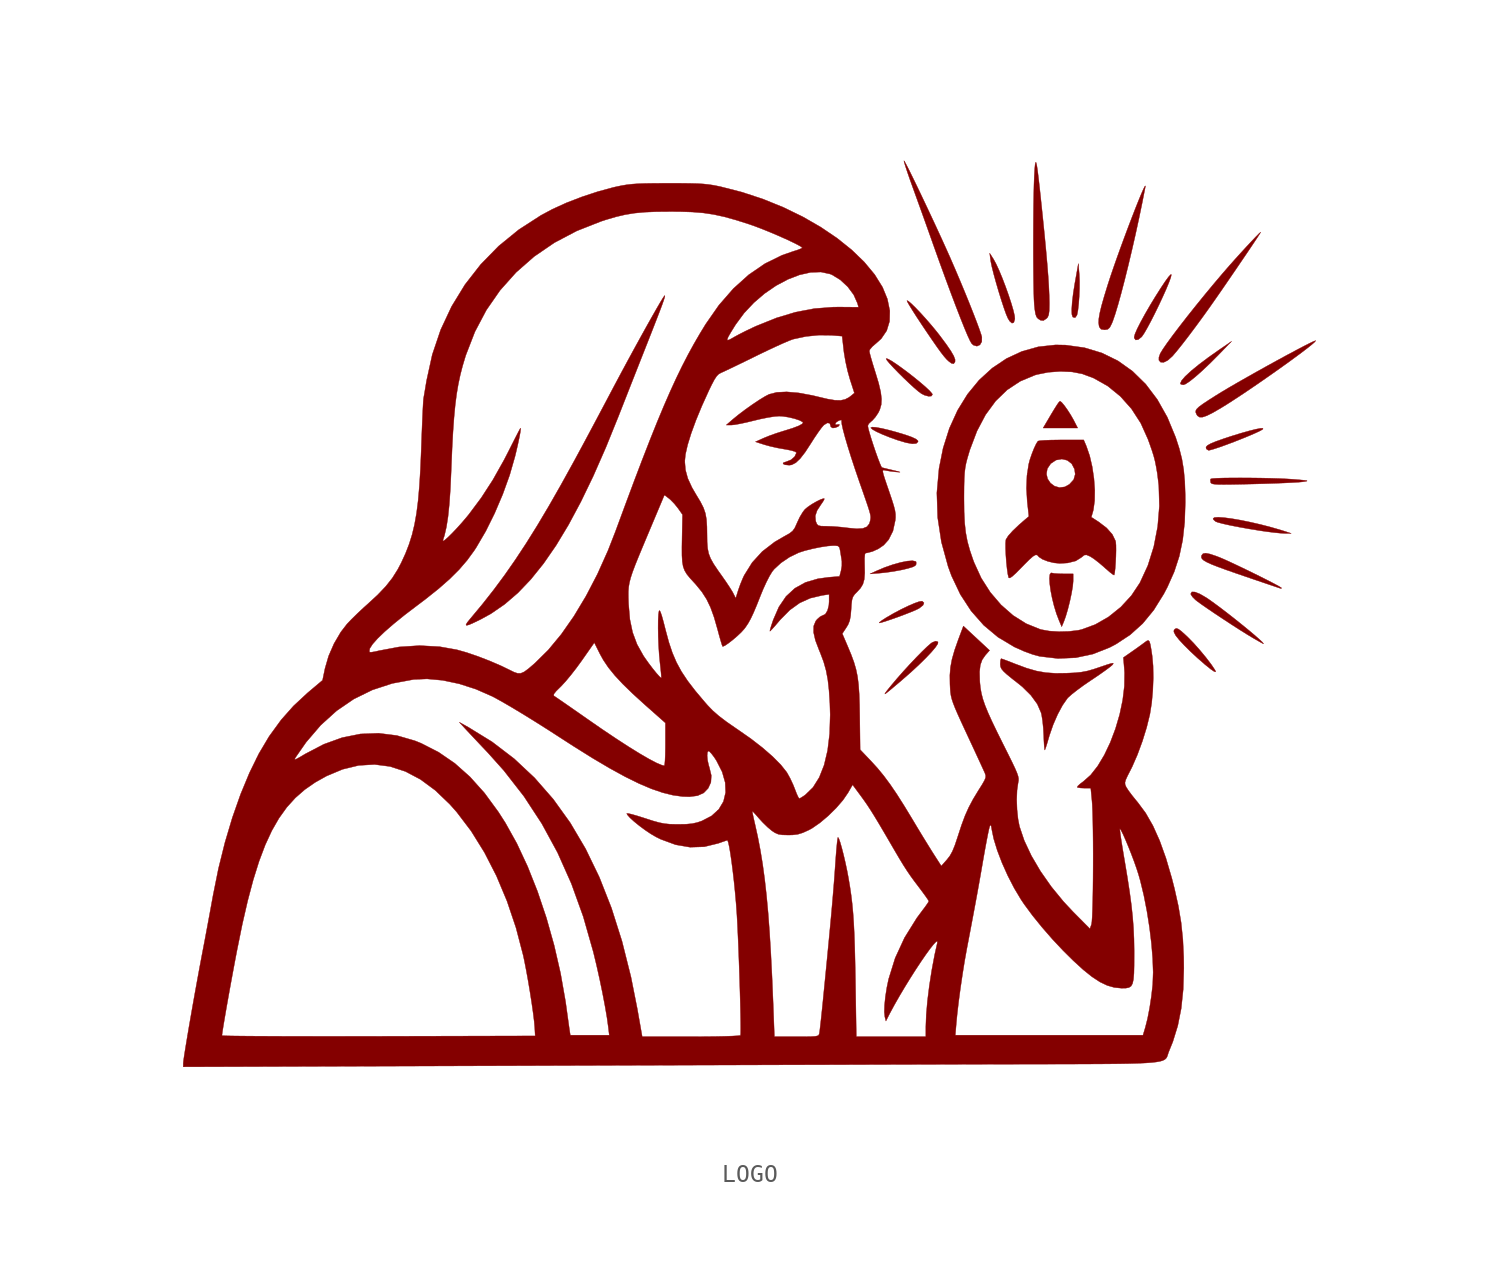
<source format=kicad_sym>
(kicad_symbol_lib
  (version 20220914)
  (generator "bitmap2component")
  (generator_version "9.0")
  (symbol "LOGO"
    (pin_names
      (offset 1.016))
    (property "Reference" "#G"
      (at 0 26.331 0)
      (effects (font (size 1.27 1.27)) hide))
    (symbol "LOGO_0_0"
      (polyline (pts (xy -15.092 -25.997) (xy -13.6 -25.992) (xy -11.665 -25.985) (xy -9.692 -25.979) (xy -7.696 -25.972) (xy -5.691 -25.966) (xy -3.692 -25.959) (xy -1.715 -25.953) (xy 0.226 -25.947) (xy 2.117 -25.941) (xy 3.941 -25.936) (xy 5.686 -25.93) (xy 7.335 -25.925) (xy 8.874 -25.921) (xy 10.288 -25.917) (xy 11.563 -25.913) (xy 12.682 -25.91) (xy 14.18 -25.907) (xy 15.551 -25.904) (xy 16.77 -25.902) (xy 17.848 -25.899) (xy 18.791 -25.895) (xy 19.611 -25.89) (xy 20.316 -25.882) (xy 20.914 -25.871) (xy 21.415 -25.856) (xy 21.828 -25.837) (xy 22.163 -25.812) (xy 22.427 -25.782) (xy 22.631 -25.746) (xy 22.782 -25.703) (xy 22.892 -25.651) (xy 22.967 -25.592) (xy 23.018 -25.523) (xy 23.053 -25.445) (xy 23.082 -25.357) (xy 23.113 -25.257) (xy 23.156 -25.146) (xy 23.365 -24.629) (xy 23.647 -23.717) (xy 23.842 -22.734) (xy 23.955 -21.653) (xy 23.991 -20.447) (xy 23.983 -19.806) (xy 23.935 -18.796) (xy 23.837 -17.852) (xy 23.68 -16.912) (xy 23.457 -15.912) (xy 23.309 -15.334) (xy 22.973 -14.187) (xy 22.616 -13.193) (xy 22.233 -12.34) (xy 21.819 -11.617) (xy 21.37 -11.013) (xy 21.259 -10.88) (xy 21.021 -10.583) (xy 20.829 -10.323) (xy 20.715 -10.145) (xy 20.702 -10.119) (xy 20.651 -9.999) (xy 20.642 -9.883) (xy 20.684 -9.731) (xy 20.786 -9.506) (xy 20.958 -9.17) (xy 21.05 -8.987) (xy 21.349 -8.303) (xy 21.632 -7.535) (xy 21.875 -6.75) (xy 22.057 -6.011) (xy 22.062 -5.984) (xy 22.161 -5.357) (xy 22.225 -4.652) (xy 22.252 -3.929) (xy 22.241 -3.249) (xy 22.189 -2.673) (xy 22.135 -2.311) (xy 22.083 -2.021) (xy 22.033 -1.858) (xy 21.972 -1.799) (xy 21.889 -1.823) (xy 21.771 -1.907) (xy 21.599 -2.035) (xy 21.337 -2.224) (xy 21.05 -2.426) (xy 20.552 -2.773) (xy 20.61 -3.48) (xy 20.62 -3.643) (xy 20.609 -4.395) (xy 20.512 -5.194) (xy 20.34 -6.012) (xy 20.101 -6.824) (xy 19.807 -7.601) (xy 19.467 -8.316) (xy 19.091 -8.944) (xy 18.689 -9.456) (xy 18.271 -9.826) (xy 18.105 -9.949) (xy 17.961 -10.079) (xy 17.926 -10.15) (xy 17.949 -10.163) (xy 18.103 -10.191) (xy 18.337 -10.202) (xy 18.696 -10.202) (xy 18.767 -10.943) (xy 18.782 -11.147) (xy 18.799 -11.541) (xy 18.813 -12.041) (xy 18.823 -12.623) (xy 18.83 -13.265) (xy 18.833 -13.944) (xy 18.832 -14.636) (xy 18.828 -15.32) (xy 18.821 -15.972) (xy 18.81 -16.568) (xy 18.796 -17.087) (xy 18.78 -17.506) (xy 18.76 -17.801) (xy 18.738 -17.949) (xy 18.648 -18.203) (xy 17.683 -17.23) (xy 17.152 -16.663) (xy 16.454 -15.812) (xy 15.836 -14.93) (xy 15.316 -14.045) (xy 14.912 -13.185) (xy 14.639 -12.377) (xy 14.558 -11.961) (xy 14.501 -11.419) (xy 14.481 -10.853) (xy 14.501 -10.326) (xy 14.562 -9.9) (xy 14.567 -9.876) (xy 14.586 -9.765) (xy 14.586 -9.65) (xy 14.559 -9.513) (xy 14.496 -9.33) (xy 14.389 -9.081) (xy 14.23 -8.745) (xy 14.011 -8.301) (xy 13.723 -7.726) (xy 13.72 -7.721) (xy 13.36 -6.995) (xy 13.071 -6.396) (xy 12.847 -5.9) (xy 12.678 -5.485) (xy 12.556 -5.128) (xy 12.473 -4.806) (xy 12.419 -4.498) (xy 12.386 -4.18) (xy 12.38 -4.084) (xy 12.368 -3.581) (xy 12.412 -3.197) (xy 12.519 -2.897) (xy 12.697 -2.641) (xy 12.94 -2.365) (xy 12.195 -1.672) (xy 11.45 -0.98) (xy 11.189 -1.675) (xy 11.163 -1.744) (xy 10.948 -2.355) (xy 10.802 -2.867) (xy 10.716 -3.326) (xy 10.68 -3.779) (xy 10.686 -4.271) (xy 10.688 -4.318) (xy 10.699 -4.549) (xy 10.715 -4.748) (xy 10.743 -4.936) (xy 10.79 -5.133) (xy 10.865 -5.359) (xy 10.973 -5.636) (xy 11.123 -5.984) (xy 11.322 -6.425) (xy 11.578 -6.977) (xy 11.897 -7.662) (xy 12.083 -8.062) (xy 12.286 -8.501) (xy 12.46 -8.878) (xy 12.59 -9.162) (xy 12.663 -9.323) (xy 12.681 -9.367) (xy 12.718 -9.486) (xy 12.712 -9.605) (xy 12.651 -9.759) (xy 12.523 -9.985) (xy 12.315 -10.316) (xy 12.301 -10.338) (xy 12.001 -10.833) (xy 11.757 -11.293) (xy 11.545 -11.766) (xy 11.344 -12.305) (xy 11.13 -12.959) (xy 11.118 -12.997) (xy 10.963 -13.459) (xy 10.824 -13.798) (xy 10.68 -14.056) (xy 10.513 -14.271) (xy 10.193 -14.632) (xy 9.752 -13.944) (xy 9.643 -13.772) (xy 9.408 -13.393) (xy 9.127 -12.937) (xy 8.829 -12.445) (xy 8.54 -11.962) (xy 8.087 -11.216) (xy 7.664 -10.549) (xy 7.281 -9.986) (xy 6.92 -9.5) (xy 6.565 -9.067) (xy 6.196 -8.662) (xy 5.575 -8.011) (xy 5.551 -6.08) (xy 5.541 -5.464) (xy 5.519 -4.826) (xy 5.482 -4.298) (xy 5.424 -3.845) (xy 5.339 -3.435) (xy 5.222 -3.035) (xy 5.066 -2.61) (xy 4.866 -2.129) (xy 4.559 -1.413) (xy 4.791 -1.062) (xy 4.89 -0.898) (xy 4.979 -0.677) (xy 5.032 -0.402) (xy 5.064 -0.017) (xy 5.082 0.259) (xy 5.112 0.512) (xy 5.168 0.684) (xy 5.266 0.827) (xy 5.426 0.99) (xy 5.596 1.177) (xy 5.732 1.404) (xy 5.809 1.678) (xy 5.837 2.039) (xy 5.828 2.528) (xy 5.828 2.531) (xy 5.824 2.872) (xy 5.843 3.096) (xy 5.884 3.176) (xy 5.96 3.18) (xy 6.279 3.263) (xy 6.623 3.421) (xy 6.917 3.624) (xy 7.193 3.932) (xy 7.441 4.425) (xy 7.574 5.038) (xy 7.588 5.202) (xy 7.586 5.393) (xy 7.554 5.606) (xy 7.485 5.875) (xy 7.372 6.234) (xy 7.208 6.717) (xy 7.094 7.048) (xy 6.97 7.416) (xy 6.894 7.662) (xy 6.863 7.808) (xy 6.871 7.878) (xy 6.916 7.894) (xy 6.992 7.88) (xy 7.059 7.865) (xy 7.309 7.824) (xy 7.599 7.79) (xy 7.644 7.786) (xy 7.813 7.773) (xy 7.843 7.781) (xy 7.725 7.816) (xy 7.451 7.883) (xy 7.171 7.949) (xy 6.936 8.007) (xy 6.814 8.039) (xy 6.776 8.094) (xy 6.694 8.281) (xy 6.584 8.568) (xy 6.458 8.919) (xy 6.329 9.3) (xy 6.208 9.674) (xy 6.107 10.008) (xy 6.037 10.265) (xy 6.011 10.412) (xy 6.062 10.528) (xy 6.207 10.665) (xy 6.269 10.715) (xy 6.443 10.91) (xy 6.606 11.154) (xy 6.692 11.33) (xy 6.774 11.615) (xy 6.792 11.941) (xy 6.745 12.336) (xy 6.629 12.828) (xy 6.444 13.445) (xy 6.416 13.531) (xy 6.291 13.936) (xy 6.189 14.284) (xy 6.121 14.541) (xy 6.096 14.673) (xy 6.133 14.761) (xy 6.277 14.929) (xy 6.492 15.113) (xy 6.775 15.367) (xy 7.085 15.823) (xy 7.248 16.356) (xy 7.262 16.959) (xy 7.125 17.627) (xy 6.848 18.301) (xy 6.402 19.018) (xy 5.813 19.728) (xy 5.096 20.421) (xy 4.264 21.087) (xy 3.331 21.718) (xy 2.311 22.305) (xy 1.217 22.837) (xy 0.062 23.307) (xy -1.138 23.703) (xy -2.371 24.019) (xy -2.485 24.043) (xy -2.775 24.1) (xy -3.054 24.142) (xy -3.352 24.173) (xy -3.699 24.193) (xy -4.125 24.204) (xy -4.66 24.21) (xy -5.334 24.211) (xy -5.479 24.211) (xy -6.129 24.208) (xy -6.645 24.2) (xy -7.057 24.186) (xy -7.395 24.162) (xy -7.689 24.129) (xy -7.969 24.083) (xy -8.265 24.022) (xy -8.468 23.976) (xy -9.348 23.737) (xy -10.263 23.435) (xy -11.146 23.094) (xy -11.927 22.738) (xy -12.592 22.382) (xy -13.849 21.569) (xy -14.992 20.637) (xy -16.013 19.593) (xy -16.907 18.446) (xy -17.668 17.203) (xy -18.29 15.874) (xy -18.766 14.466) (xy -19.091 12.988) (xy -19.121 12.807) (xy -19.181 12.448) (xy -19.231 12.156) (xy -19.262 11.98) (xy -19.266 11.95) (xy -19.281 11.759) (xy -19.299 11.43) (xy -19.32 10.985) (xy -19.343 10.448) (xy -19.367 9.84) (xy -19.39 9.186) (xy -19.395 9.037) (xy -19.441 7.94) (xy -19.499 6.988) (xy -19.571 6.161) (xy -19.663 5.437) (xy -19.777 4.795) (xy -19.917 4.214) (xy -20.087 3.673) (xy -20.29 3.15) (xy -20.53 2.625) (xy -20.73 2.243) (xy -21.041 1.749) (xy -21.413 1.278) (xy -21.874 0.794) (xy -22.452 0.262) (xy -22.677 0.06) (xy -23.037 -0.277) (xy -23.369 -0.603) (xy -23.622 -0.869) (xy -23.974 -1.326) (xy -24.357 -1.979) (xy -24.552 -2.427) (xy -22.351 -2.427) (xy -22.324 -2.258) (xy -22.163 -2.009) (xy -21.877 -1.687) (xy -21.473 -1.298) (xy -20.957 -0.85) (xy -20.339 -0.35) (xy -19.624 0.194) (xy -19.164 0.541) (xy -18.41 1.142) (xy -17.776 1.699) (xy -17.242 2.231) (xy -16.787 2.759) (xy -16.39 3.302) (xy -16.26 3.501) (xy -15.726 4.414) (xy -15.219 5.436) (xy -14.758 6.518) (xy -14.364 7.611) (xy -14.061 8.667) (xy -14.008 8.883) (xy -13.899 9.354) (xy -13.815 9.752) (xy -13.759 10.053) (xy -13.738 10.236) (xy -13.754 10.276) (xy -13.782 10.228) (xy -13.877 10.049) (xy -14.024 9.764) (xy -14.21 9.397) (xy -14.423 8.975) (xy -14.688 8.46) (xy -15.322 7.333) (xy -15.979 6.319) (xy -16.683 5.376) (xy -16.802 5.231) (xy -17.083 4.9) (xy -17.367 4.585) (xy -17.635 4.303) (xy -17.867 4.075) (xy -18.046 3.918) (xy -18.151 3.852) (xy -18.165 3.895) (xy -18.072 4.183) (xy -17.963 4.658) (xy -17.872 5.241) (xy -17.799 5.947) (xy -17.74 6.792) (xy -17.695 7.789) (xy -17.684 8.076) (xy -17.639 9.145) (xy -17.589 10.072) (xy -17.531 10.877) (xy -17.464 11.582) (xy -17.384 12.209) (xy -17.288 12.777) (xy -17.175 13.309) (xy -17.041 13.827) (xy -16.884 14.351) (xy -16.858 14.432) (xy -16.341 15.765) (xy -15.69 16.997) (xy -14.908 18.123) (xy -13.999 19.141) (xy -12.968 20.045) (xy -11.817 20.832) (xy -10.55 21.499) (xy -9.173 22.042) (xy -8.893 22.134) (xy -8.322 22.302) (xy -7.789 22.426) (xy -7.252 22.513) (xy -6.67 22.567) (xy -6.003 22.595) (xy -5.207 22.602) (xy -4.684 22.599) (xy -3.971 22.575) (xy -3.345 22.524) (xy -2.757 22.436) (xy -2.159 22.306) (xy -1.503 22.124) (xy -0.739 21.882) (xy -0.43 21.774) (xy -0.016 21.617) (xy 0.43 21.436) (xy 0.884 21.244) (xy 1.316 21.052) (xy 1.699 20.874) (xy 2.007 20.721) (xy 2.212 20.605) (xy 2.286 20.539) (xy 2.217 20.495) (xy 2.027 20.42) (xy 1.757 20.334) (xy 1.139 20.12) (xy 0.162 19.64) (xy -0.767 19.003) (xy -1.642 18.214) (xy -2.459 17.277) (xy -3.211 16.198) (xy -3.543 15.654) (xy -3.733 15.326) (xy -1.99 15.326) (xy -1.931 15.472) (xy -1.782 15.731) (xy -1.542 16.119) (xy -1.504 16.178) (xy -1.026 16.826) (xy -0.47 17.417) (xy 0.143 17.942) (xy 0.793 18.387) (xy 1.459 18.743) (xy 2.12 18.998) (xy 2.756 19.141) (xy 3.347 19.162) (xy 3.871 19.047) (xy 3.979 19.002) (xy 4.447 18.716) (xy 4.87 18.323) (xy 5.209 17.866) (xy 5.421 17.39) (xy 5.487 17.159) (xy 4.416 17.168) (xy 4.056 17.165) (xy 2.972 17.081) (xy 1.901 16.878) (xy 0.808 16.549) (xy -0.343 16.085) (xy -0.541 15.994) (xy -0.948 15.799) (xy -1.322 15.609) (xy -1.602 15.456) (xy -1.641 15.432) (xy -1.844 15.32) (xy -1.961 15.28) (xy -1.99 15.326) (xy -3.733 15.326) (xy -3.886 15.063) (xy -4.221 14.451) (xy -4.553 13.806) (xy -4.888 13.116) (xy -5.232 12.366) (xy -5.59 11.545) (xy -5.968 10.64) (xy -6.371 9.637) (xy -6.804 8.525) (xy -6.855 8.391) (xy -4.403 8.391) (xy -4.364 8.786) (xy -4.241 9.327) (xy -4.04 9.978) (xy -3.768 10.722) (xy -3.43 11.541) (xy -3.032 12.419) (xy -2.875 12.743) (xy -2.716 13.044) (xy -2.586 13.24) (xy -2.467 13.359) (xy -2.339 13.429) (xy -2.296 13.447) (xy -2.092 13.541) (xy -1.772 13.693) (xy -1.363 13.89) (xy -0.892 14.119) (xy -0.384 14.368) (xy -0.206 14.456) (xy 0.309 14.703) (xy 0.789 14.928) (xy 1.206 15.116) (xy 1.531 15.255) (xy 1.733 15.33) (xy 1.798 15.349) (xy 2.495 15.497) (xy 3.243 15.572) (xy 3.947 15.563) (xy 4.551 15.513) (xy 4.645 14.68) (xy 4.659 14.572) (xy 4.745 14.065) (xy 4.864 13.529) (xy 4.995 13.062) (xy 5.249 12.277) (xy 5.072 12.13) (xy 4.938 12.028) (xy 4.714 11.912) (xy 4.458 11.859) (xy 4.138 11.867) (xy 3.723 11.936) (xy 3.18 12.064) (xy 2.857 12.141) (xy 2.08 12.284) (xy 1.4 12.343) (xy 0.834 12.317) (xy 0.397 12.205) (xy 0.176 12.091) (xy -0.156 11.889) (xy -0.544 11.63) (xy -0.951 11.342) (xy -1.337 11.05) (xy -1.665 10.783) (xy -2.042 10.456) (xy -1.747 10.456) (xy -1.573 10.473) (xy -1.266 10.527) (xy -0.882 10.609) (xy -0.466 10.71) (xy -0.103 10.797) (xy 0.327 10.884) (xy 0.7 10.943) (xy 0.964 10.964) (xy 1.159 10.954) (xy 1.501 10.901) (xy 1.846 10.819) (xy 2.137 10.721) (xy 2.317 10.622) (xy 2.328 10.608) (xy 2.285 10.523) (xy 2.083 10.411) (xy 1.729 10.276) (xy 1.228 10.12) (xy 1.2 10.112) (xy 0.802 9.986) (xy 0.403 9.843) (xy 0.085 9.713) (xy -0.381 9.502) (xy 0.127 9.339) (xy 0.46 9.247) (xy 0.884 9.152) (xy 1.291 9.08) (xy 1.372 9.067) (xy 1.665 9.008) (xy 1.87 8.946) (xy 1.947 8.892) (xy 1.945 8.859) (xy 1.848 8.655) (xy 1.644 8.478) (xy 1.386 8.374) (xy 1.212 8.317) (xy 1.188 8.25) (xy 1.302 8.195) (xy 1.539 8.172) (xy 1.684 8.192) (xy 1.912 8.31) (xy 2.162 8.545) (xy 2.446 8.911) (xy 2.778 9.42) (xy 2.958 9.704) (xy 3.179 10.031) (xy 3.368 10.291) (xy 3.499 10.444) (xy 3.522 10.464) (xy 3.71 10.578) (xy 3.844 10.559) (xy 3.895 10.409) (xy 3.907 10.354) (xy 4.015 10.287) (xy 4.158 10.304) (xy 4.33 10.372) (xy 4.403 10.463) (xy 4.38 10.494) (xy 4.264 10.482) (xy 4.181 10.467) (xy 4.163 10.541) (xy 4.221 10.621) (xy 4.381 10.719) (xy 4.509 10.747) (xy 4.524 10.684) (xy 4.52 10.667) (xy 4.535 10.497) (xy 4.603 10.19) (xy 4.717 9.764) (xy 4.872 9.237) (xy 5.063 8.627) (xy 5.285 7.952) (xy 5.532 7.23) (xy 5.716 6.706) (xy 5.883 6.225) (xy 6.006 5.864) (xy 6.09 5.601) (xy 6.142 5.414) (xy 6.168 5.282) (xy 6.172 5.183) (xy 6.163 5.096) (xy 6.144 4.997) (xy 6.097 4.839) (xy 5.959 4.667) (xy 5.725 4.574) (xy 5.374 4.555) (xy 4.885 4.602) (xy 4.863 4.605) (xy 4.447 4.653) (xy 4.02 4.686) (xy 3.67 4.699) (xy 3.619 4.699) (xy 3.352 4.706) (xy 3.2 4.738) (xy 3.118 4.815) (xy 3.059 4.956) (xy 3.044 5.005) (xy 3.022 5.287) (xy 3.124 5.592) (xy 3.359 5.953) (xy 3.411 6.024) (xy 3.514 6.187) (xy 3.54 6.267) (xy 3.485 6.273) (xy 3.316 6.215) (xy 3.082 6.099) (xy 2.827 5.951) (xy 2.595 5.794) (xy 2.429 5.653) (xy 2.314 5.504) (xy 2.14 5.216) (xy 1.992 4.901) (xy 1.971 4.85) (xy 1.855 4.596) (xy 1.729 4.424) (xy 1.545 4.282) (xy 1.256 4.121) (xy 0.712 3.804) (xy 0.004 3.259) (xy -0.569 2.631) (xy -1.021 1.905) (xy -1.088 1.763) (xy -1.235 1.409) (xy -1.358 1.063) (xy -1.502 0.601) (xy -1.65 0.893) (xy -1.695 0.976) (xy -1.848 1.223) (xy -2.055 1.534) (xy -2.284 1.863) (xy -2.508 2.177) (xy -2.759 2.551) (xy -2.932 2.86) (xy -3.042 3.143) (xy -3.103 3.442) (xy -3.13 3.798) (xy -3.136 4.251) (xy -3.142 4.671) (xy -3.169 5.092) (xy -3.23 5.434) (xy -3.339 5.75) (xy -3.511 6.089) (xy -3.761 6.504) (xy -3.991 6.899) (xy -4.23 7.417) (xy -4.362 7.9) (xy -4.403 8.391) (xy -6.855 8.391) (xy -7.274 7.291) (xy -7.785 5.921) (xy -8.345 4.403) (xy -8.769 3.317) (xy -9.368 1.981) (xy -10.018 0.73) (xy -10.019 0.729) (xy -7.615 0.729) (xy -7.613 0.993) (xy -7.594 1.239) (xy -7.552 1.49) (xy -7.481 1.766) (xy -7.375 2.09) (xy -7.227 2.484) (xy -7.032 2.968) (xy -6.784 3.565) (xy -6.477 4.297) (xy -5.56 6.477) (xy -5.299 6.277) (xy -5.215 6.207) (xy -4.99 5.976) (xy -4.784 5.719) (xy -4.53 5.359) (xy -4.554 4.119) (xy -4.554 4.109) (xy -4.564 3.504) (xy -4.562 3.038) (xy -4.541 2.681) (xy -4.493 2.404) (xy -4.41 2.177) (xy -4.284 1.969) (xy -4.108 1.752) (xy -3.873 1.495) (xy -3.762 1.373) (xy -3.428 0.963) (xy -3.159 0.544) (xy -2.934 0.076) (xy -2.734 -0.48) (xy -2.538 -1.164) (xy -2.448 -1.5) (xy -2.357 -1.819) (xy -2.288 -2.044) (xy -2.25 -2.139) (xy -2.232 -2.143) (xy -2.11 -2.088) (xy -1.911 -1.952) (xy -1.669 -1.764) (xy -1.418 -1.549) (xy -1.192 -1.336) (xy -1.025 -1.152) (xy -0.945 -1.047) (xy -0.796 -0.824) (xy -0.649 -0.559) (xy -0.492 -0.225) (xy -0.308 0.21) (xy -0.084 0.775) (xy 0.055 1.113) (xy 0.241 1.521) (xy 0.421 1.871) (xy 0.568 2.112) (xy 0.686 2.258) (xy 1.075 2.616) (xy 1.557 2.942) (xy 2.081 3.196) (xy 2.083 3.197) (xy 2.424 3.307) (xy 2.854 3.416) (xy 3.311 3.509) (xy 3.733 3.574) (xy 4.056 3.598) (xy 4.143 3.598) (xy 4.319 3.575) (xy 4.401 3.485) (xy 4.445 3.281) (xy 4.447 3.265) (xy 4.493 2.976) (xy 4.533 2.719) (xy 4.536 2.699) (xy 4.535 2.439) (xy 4.487 2.16) (xy 4.403 1.845) (xy 3.789 1.795) (xy 3.176 1.712) (xy 2.461 1.501) (xy 1.859 1.168) (xy 1.359 0.706) (xy 0.952 0.106) (xy 0.628 -0.638) (xy 0.607 -0.701) (xy 0.513 -0.983) (xy 0.454 -1.186) (xy 0.44 -1.272) (xy 0.454 -1.266) (xy 0.551 -1.171) (xy 0.719 -0.985) (xy 0.931 -0.737) (xy 1.036 -0.614) (xy 1.579 -0.066) (xy 2.137 0.335) (xy 2.738 0.606) (xy 3.411 0.764) (xy 3.81 0.824) (xy 3.81 0.409) (xy 3.796 0.2) (xy 3.72 -0.096) (xy 3.595 -0.303) (xy 3.439 -0.381) (xy 3.427 -0.382) (xy 3.292 -0.453) (xy 3.126 -0.6) (xy 3.049 -0.696) (xy 2.933 -0.979) (xy 2.927 -1.339) (xy 3.03 -1.793) (xy 3.245 -2.357) (xy 3.313 -2.52) (xy 3.5 -3.018) (xy 3.638 -3.509) (xy 3.737 -4.036) (xy 3.805 -4.644) (xy 3.853 -5.376) (xy 3.872 -6.024) (xy 3.84 -7.098) (xy 3.724 -8.057) (xy 3.526 -8.891) (xy 3.248 -9.594) (xy 2.892 -10.16) (xy 2.46 -10.58) (xy 2.386 -10.634) (xy 2.209 -10.749) (xy 2.111 -10.795) (xy 2.058 -10.724) (xy 1.969 -10.534) (xy 1.865 -10.266) (xy 1.767 -10.017) (xy 1.593 -9.645) (xy 1.422 -9.336) (xy 1.388 -9.283) (xy 1.06 -8.871) (xy 0.6 -8.407) (xy 0.028 -7.909) (xy -0.638 -7.392) (xy -1.379 -6.875) (xy -1.465 -6.817) (xy -2.024 -6.43) (xy -2.464 -6.095) (xy -2.815 -5.788) (xy -3.105 -5.487) (xy -3.258 -5.312) (xy -3.801 -4.668) (xy -4.239 -4.098) (xy -4.591 -3.568) (xy -4.874 -3.047) (xy -5.107 -2.503) (xy -5.307 -1.905) (xy -5.492 -1.22) (xy -5.61 -0.757) (xy -5.71 -0.396) (xy -5.785 -0.179) (xy -5.836 -0.095) (xy -5.869 -0.131) (xy -5.897 -0.318) (xy -5.915 -0.656) (xy -5.918 -1.092) (xy -5.91 -1.589) (xy -5.889 -2.108) (xy -5.856 -2.615) (xy -5.812 -3.069) (xy -5.782 -3.338) (xy -5.751 -3.647) (xy -5.735 -3.859) (xy -5.736 -3.937) (xy -5.747 -3.934) (xy -5.851 -3.843) (xy -6.022 -3.651) (xy -6.235 -3.388) (xy -6.465 -3.084) (xy -6.687 -2.77) (xy -6.76 -2.661) (xy -7.118 -2.019) (xy -7.369 -1.344) (xy -7.526 -0.597) (xy -7.599 0.263) (xy -7.606 0.425) (xy -7.615 0.729) (xy -10.019 0.729) (xy -10.708 -0.418) (xy -11.428 -1.448) (xy -12.168 -2.341) (xy -12.918 -3.082) (xy -12.971 -3.129) (xy -13.296 -3.408) (xy -13.537 -3.585) (xy -13.73 -3.669) (xy -13.912 -3.671) (xy -14.121 -3.6) (xy -14.393 -3.466) (xy -14.847 -3.246) (xy -15.491 -2.968) (xy -16.165 -2.707) (xy -16.811 -2.486) (xy -17.37 -2.328) (xy -18.345 -2.155) (xy -19.492 -2.092) (xy -20.655 -2.168) (xy -21.79 -2.381) (xy -22.019 -2.434) (xy -22.23 -2.469) (xy -22.327 -2.466) (xy -22.351 -2.427) (xy -24.552 -2.427) (xy -24.665 -2.686) (xy -24.869 -3.387) (xy -25.01 -4.064) (xy -25.817 -4.744) (xy -25.869 -4.788) (xy -26.663 -5.526) (xy -27.366 -6.319) (xy -28.026 -7.225) (xy -28.069 -7.29) (xy -28.632 -8.238) (xy -28.78 -8.54) (xy -26.593 -8.54) (xy -26.538 -8.442) (xy -25.945 -7.59) (xy -25.113 -6.619) (xy -24.209 -5.801) (xy -23.231 -5.133) (xy -22.175 -4.615) (xy -21.04 -4.244) (xy -19.822 -4.018) (xy -19.063 -3.986) (xy -18.171 -4.068) (xy -17.235 -4.265) (xy -16.289 -4.57) (xy -15.464 -4.931) (xy -11.865 -4.931) (xy -11.844 -4.839) (xy -11.717 -4.681) (xy -11.471 -4.437) (xy -11.43 -4.397) (xy -11.184 -4.13) (xy -10.886 -3.772) (xy -10.569 -3.365) (xy -10.268 -2.952) (xy -9.548 -1.924) (xy -9.224 -2.572) (xy -9.037 -2.91) (xy -8.748 -3.339) (xy -8.382 -3.791) (xy -7.925 -4.282) (xy -7.358 -4.833) (xy -6.668 -5.46) (xy -5.503 -6.491) (xy -5.503 -7.712) (xy -5.504 -7.897) (xy -5.511 -8.305) (xy -5.525 -8.632) (xy -5.544 -8.85) (xy -5.567 -8.927) (xy -5.7 -8.897) (xy -6.007 -8.769) (xy -6.431 -8.547) (xy -6.964 -8.238) (xy -7.596 -7.847) (xy -8.316 -7.38) (xy -9.116 -6.843) (xy -9.985 -6.241) (xy -10.355 -5.982) (xy -10.806 -5.668) (xy -11.2 -5.394) (xy -11.517 -5.176) (xy -11.735 -5.027) (xy -11.835 -4.961) (xy -11.865 -4.931) (xy -15.464 -4.931) (xy -15.367 -4.974) (xy -15.207 -5.057) (xy -14.765 -5.302) (xy -14.216 -5.622) (xy -13.585 -6.002) (xy -12.895 -6.429) (xy -12.169 -6.888) (xy -11.43 -7.365) (xy -10.73 -7.817) (xy -9.646 -8.495) (xy -8.672 -9.07) (xy -7.798 -9.549) (xy -7.013 -9.936) (xy -6.304 -10.238) (xy -5.662 -10.458) (xy -5.075 -10.603) (xy -4.532 -10.678) (xy -4.135 -10.691) (xy -3.674 -10.631) (xy -3.326 -10.473) (xy -3.072 -10.211) (xy -2.917 -9.873) (xy -2.893 -9.481) (xy -3.006 -9.017) (xy -3.042 -8.903) (xy -3.106 -8.614) (xy -3.13 -8.351) (xy -3.113 -8.159) (xy -3.052 -8.086) (xy -3.006 -8.11) (xy -2.88 -8.241) (xy -2.725 -8.445) (xy -2.597 -8.642) (xy -2.274 -9.278) (xy -2.101 -9.885) (xy -2.078 -10.45) (xy -2.201 -10.962) (xy -2.469 -11.41) (xy -2.57 -11.502) (xy -0.566 -11.502) (xy -0.565 -11.502) (xy -0.502 -11.559) (xy -0.36 -11.713) (xy -0.169 -11.932) (xy 0.035 -12.155) (xy 0.311 -12.423) (xy 0.55 -12.623) (xy 0.721 -12.737) (xy 0.913 -12.822) (xy 1.146 -12.86) (xy 1.483 -12.869) (xy 1.733 -12.864) (xy 2.032 -12.827) (xy 2.316 -12.739) (xy 2.666 -12.58) (xy 2.843 -12.483) (xy 3.289 -12.174) (xy 3.759 -11.778) (xy 4.21 -11.334) (xy 4.6 -10.883) (xy 4.886 -10.465) (xy 5.146 -10.009) (xy 5.616 -10.645) (xy 5.797 -10.895) (xy 5.983 -11.162) (xy 6.175 -11.456) (xy 6.39 -11.8) (xy 6.643 -12.219) (xy 6.948 -12.736) (xy 7.322 -13.377) (xy 7.529 -13.734) (xy 7.809 -14.209) (xy 8.041 -14.59) (xy 8.246 -14.909) (xy 8.444 -15.199) (xy 8.657 -15.492) (xy 8.907 -15.822) (xy 9.108 -16.089) (xy 9.302 -16.355) (xy 9.434 -16.546) (xy 9.483 -16.633) (xy 9.482 -16.638) (xy 9.422 -16.743) (xy 9.286 -16.938) (xy 9.1 -17.185) (xy 8.799 -17.59) (xy 8.104 -18.706) (xy 7.569 -19.866) (xy 7.196 -21.063) (xy 7.095 -21.543) (xy 7.014 -22.062) (xy 6.965 -22.54) (xy 6.952 -22.938) (xy 6.981 -23.212) (xy 7.042 -23.453) (xy 7.17 -23.199) (xy 7.271 -23.002) (xy 7.527 -22.528) (xy 7.813 -22.027) (xy 8.117 -21.516) (xy 8.429 -21.009) (xy 8.739 -20.522) (xy 9.036 -20.072) (xy 9.31 -19.674) (xy 9.55 -19.343) (xy 9.747 -19.095) (xy 9.888 -18.946) (xy 9.965 -18.912) (xy 9.966 -19.008) (xy 9.816 -19.676) (xy 9.652 -20.549) (xy 9.513 -21.439) (xy 9.406 -22.301) (xy 9.338 -23.091) (xy 9.313 -23.764) (xy 9.313 -24.257) (xy 10.989 -24.257) (xy 11.047 -23.558) (xy 11.096 -23.056) (xy 11.178 -22.352) (xy 11.282 -21.578) (xy 11.399 -20.785) (xy 11.521 -20.024) (xy 11.643 -19.346) (xy 11.819 -18.424) (xy 11.974 -17.603) (xy 12.109 -16.881) (xy 12.23 -16.225) (xy 12.343 -15.599) (xy 12.454 -14.97) (xy 12.569 -14.305) (xy 12.585 -14.214) (xy 12.678 -13.691) (xy 12.765 -13.22) (xy 12.841 -12.828) (xy 12.901 -12.546) (xy 12.938 -12.402) (xy 12.964 -12.336) (xy 13.003 -12.292) (xy 13.036 -12.378) (xy 13.076 -12.612) (xy 13.175 -13.086) (xy 13.376 -13.74) (xy 13.648 -14.453) (xy 13.976 -15.185) (xy 14.343 -15.896) (xy 14.731 -16.544) (xy 14.911 -16.811) (xy 15.376 -17.441) (xy 15.922 -18.115) (xy 16.513 -18.794) (xy 17.114 -19.434) (xy 17.699 -20.014) (xy 18.267 -20.533) (xy 18.768 -20.935) (xy 19.219 -21.23) (xy 19.637 -21.429) (xy 20.038 -21.543) (xy 20.439 -21.583) (xy 20.474 -21.583) (xy 20.697 -21.579) (xy 20.866 -21.547) (xy 20.989 -21.467) (xy 21.072 -21.319) (xy 21.124 -21.082) (xy 21.152 -20.737) (xy 21.163 -20.263) (xy 21.165 -19.64) (xy 21.165 -19.433) (xy 21.154 -18.778) (xy 21.126 -18.148) (xy 21.077 -17.513) (xy 21.005 -16.84) (xy 20.905 -16.098) (xy 20.775 -15.253) (xy 20.612 -14.276) (xy 20.587 -14.129) (xy 20.503 -13.624) (xy 20.433 -13.185) (xy 20.382 -12.837) (xy 20.353 -12.605) (xy 20.349 -12.515) (xy 20.362 -12.517) (xy 20.431 -12.62) (xy 20.542 -12.844) (xy 20.681 -13.159) (xy 20.839 -13.537) (xy 21.003 -13.95) (xy 21.161 -14.369) (xy 21.301 -14.766) (xy 21.413 -15.113) (xy 21.515 -15.472) (xy 21.716 -16.304) (xy 21.891 -17.2) (xy 22.037 -18.123) (xy 22.148 -19.036) (xy 22.219 -19.901) (xy 22.246 -20.68) (xy 22.223 -21.336) (xy 22.219 -21.39) (xy 22.145 -22.045) (xy 22.045 -22.706) (xy 21.927 -23.315) (xy 21.801 -23.812) (xy 21.668 -24.257) (xy 16.328 -24.257) (xy 10.989 -24.257) (xy 9.313 -24.257) (xy 9.313 -24.342) (xy 7.335 -24.342) (xy 5.357 -24.342) (xy 5.308 -21.188) (xy 5.308 -21.161) (xy 5.289 -20.148) (xy 5.268 -19.281) (xy 5.243 -18.535) (xy 5.211 -17.887) (xy 5.172 -17.314) (xy 5.124 -16.792) (xy 5.065 -16.297) (xy 4.993 -15.807) (xy 4.907 -15.297) (xy 4.836 -14.92) (xy 4.738 -14.456) (xy 4.634 -14.009) (xy 4.532 -13.611) (xy 4.44 -13.289) (xy 4.364 -13.075) (xy 4.313 -12.996) (xy 4.313 -12.996) (xy 4.292 -13.082) (xy 4.264 -13.31) (xy 4.231 -13.653) (xy 4.196 -14.087) (xy 4.161 -14.584) (xy 4.141 -14.867) (xy 4.106 -15.36) (xy 4.063 -15.898) (xy 4.013 -16.497) (xy 3.954 -17.172) (xy 3.884 -17.938) (xy 3.801 -18.811) (xy 3.706 -19.806) (xy 3.595 -20.939) (xy 3.468 -22.225) (xy 3.457 -22.339) (xy 3.403 -22.867) (xy 3.353 -23.34) (xy 3.309 -23.732) (xy 3.276 -24.011) (xy 3.255 -24.151) (xy 3.244 -24.195) (xy 3.213 -24.256) (xy 3.143 -24.297) (xy 3.008 -24.322) (xy 2.783 -24.336) (xy 2.441 -24.341) (xy 1.955 -24.342) (xy 0.697 -24.342) (xy 0.642 -22.881) (xy 0.625 -22.423) (xy 0.562 -20.932) (xy 0.494 -19.59) (xy 0.42 -18.379) (xy 0.338 -17.284) (xy 0.246 -16.289) (xy 0.143 -15.377) (xy 0.028 -14.532) (xy -0.102 -13.738) (xy -0.248 -12.977) (xy -0.412 -12.235) (xy -0.446 -12.092) (xy -0.512 -11.794) (xy -0.554 -11.585) (xy -0.566 -11.502) (xy -2.57 -11.502) (xy -2.879 -11.782) (xy -3.429 -12.068) (xy -3.693 -12.158) (xy -3.986 -12.222) (xy -4.33 -12.254) (xy -4.784 -12.262) (xy -4.899 -12.261) (xy -5.254 -12.252) (xy -5.556 -12.222) (xy -5.856 -12.163) (xy -6.209 -12.065) (xy -6.668 -11.917) (xy -6.742 -11.893) (xy -7.118 -11.775) (xy -7.424 -11.688) (xy -7.63 -11.641) (xy -7.705 -11.641) (xy -7.673 -11.713) (xy -7.527 -11.88) (xy -7.29 -12.097) (xy -6.991 -12.34) (xy -6.662 -12.584) (xy -6.333 -12.805) (xy -6.034 -12.979) (xy -5.764 -13.112) (xy -4.923 -13.421) (xy -4.101 -13.562) (xy -3.294 -13.536) (xy -2.501 -13.343) (xy -2.258 -13.258) (xy -2.062 -13.191) (xy -1.98 -13.166) (xy -1.969 -13.173) (xy -1.923 -13.297) (xy -1.866 -13.561) (xy -1.802 -13.939) (xy -1.735 -14.409) (xy -1.666 -14.948) (xy -1.599 -15.531) (xy -1.538 -16.135) (xy -1.484 -16.738) (xy -1.442 -17.314) (xy -1.435 -17.416) (xy -1.408 -17.902) (xy -1.381 -18.473) (xy -1.353 -19.106) (xy -1.327 -19.782) (xy -1.302 -20.478) (xy -1.279 -21.174) (xy -1.259 -21.848) (xy -1.242 -22.48) (xy -1.229 -23.049) (xy -1.221 -23.532) (xy -1.219 -23.91) (xy -1.222 -24.161) (xy -1.232 -24.263) (xy -1.251 -24.272) (xy -1.411 -24.291) (xy -1.716 -24.308) (xy -2.15 -24.322) (xy -2.695 -24.333) (xy -3.335 -24.339) (xy -4.052 -24.342) (xy -6.824 -24.342) (xy -7.104 -22.754) (xy -7.463 -20.945) (xy -7.973 -18.913) (xy -8.572 -17.022) (xy -9.261 -15.271) (xy -10.042 -13.657) (xy -10.915 -12.178) (xy -11.883 -10.831) (xy -12.946 -9.616) (xy -14.106 -8.529) (xy -15.364 -7.568) (xy -16.722 -6.732) (xy -17.23 -6.452) (xy -16.887 -6.824) (xy -16.813 -6.904) (xy -16.588 -7.144) (xy -16.291 -7.46) (xy -15.952 -7.82) (xy -15.6 -8.191) (xy -14.696 -9.201) (xy -13.553 -10.668) (xy -12.536 -12.222) (xy -11.638 -13.873) (xy -10.854 -15.633) (xy -10.178 -17.51) (xy -9.606 -19.516) (xy -9.604 -19.524) (xy -9.422 -20.278) (xy -9.245 -21.069) (xy -9.082 -21.855) (xy -8.94 -22.599) (xy -8.827 -23.259) (xy -8.752 -23.796) (xy -8.697 -24.257) (xy -9.806 -24.257) (xy -10.914 -24.257) (xy -10.957 -23.982) (xy -10.982 -23.81) (xy -11.025 -23.503) (xy -11.079 -23.115) (xy -11.137 -22.691) (xy -11.188 -22.329) (xy -11.469 -20.735) (xy -11.834 -19.143) (xy -12.274 -17.581) (xy -12.78 -16.077) (xy -13.344 -14.657) (xy -13.955 -13.349) (xy -14.606 -12.181) (xy -15.006 -11.556) (xy -15.795 -10.48) (xy -16.62 -9.56) (xy -17.489 -8.787) (xy -18.412 -8.154) (xy -19.397 -7.651) (xy -19.756 -7.506) (xy -20.784 -7.208) (xy -21.816 -7.079) (xy -22.854 -7.119) (xy -23.895 -7.328) (xy -24.941 -7.706) (xy -25.991 -8.254) (xy -26.288 -8.431) (xy -26.488 -8.541) (xy -26.584 -8.575) (xy -26.593 -8.54) (xy -28.78 -8.54) (xy -29.169 -9.333) (xy -29.675 -10.554) (xy -30.142 -11.882) (xy -30.563 -13.295) (xy -30.931 -14.774) (xy -31.238 -16.298) (xy -31.319 -16.743) (xy -31.442 -17.414) (xy -31.577 -18.141) (xy -31.712 -18.862) (xy -31.837 -19.516) (xy -31.877 -19.725) (xy -32 -20.378) (xy -32.128 -21.075) (xy -32.259 -21.795) (xy -32.388 -22.517) (xy -32.511 -23.22) (xy -32.626 -23.883) (xy -32.692 -24.279) (xy -30.734 -24.279) (xy -30.729 -24.222) (xy -30.698 -24.003) (xy -30.642 -23.652) (xy -30.564 -23.193) (xy -30.47 -22.648) (xy -30.362 -22.039) (xy -30.245 -21.391) (xy -30.122 -20.725) (xy -29.999 -20.064) (xy -29.878 -19.431) (xy -29.576 -17.943) (xy -29.269 -16.607) (xy -28.953 -15.418) (xy -28.623 -14.365) (xy -28.273 -13.437) (xy -27.897 -12.623) (xy -27.489 -11.912) (xy -27.044 -11.292) (xy -26.556 -10.753) (xy -26.019 -10.284) (xy -25.427 -9.873) (xy -24.776 -9.509) (xy -23.868 -9.13) (xy -22.952 -8.908) (xy -22.051 -8.855) (xy -21.165 -8.97) (xy -20.293 -9.254) (xy -19.438 -9.706) (xy -18.597 -10.327) (xy -17.773 -11.116) (xy -17.376 -11.563) (xy -16.556 -12.644) (xy -15.8 -13.861) (xy -15.117 -15.194) (xy -14.516 -16.627) (xy -14.005 -18.142) (xy -13.592 -19.721) (xy -13.53 -20.012) (xy -13.422 -20.564) (xy -13.311 -21.176) (xy -13.205 -21.812) (xy -13.108 -22.434) (xy -13.027 -23.003) (xy -12.968 -23.483) (xy -12.937 -23.834) (xy -12.912 -24.299) (xy -21.823 -24.321) (xy -22.941 -24.323) (xy -24.109 -24.324) (xy -25.219 -24.324) (xy -26.258 -24.323) (xy -27.217 -24.321) (xy -28.084 -24.317) (xy -28.847 -24.313) (xy -29.497 -24.308) (xy -30.021 -24.302) (xy -30.41 -24.295) (xy -30.651 -24.287) (xy -30.734 -24.279) (xy -32.692 -24.279) (xy -32.727 -24.485) (xy -32.813 -25.005) (xy -32.879 -25.421) (xy -32.921 -25.713) (xy -32.935 -25.86) (xy -32.935 -26.058) (xy -15.092 -25.997)) (stroke (width 0.01) (type default)) (fill (type outline)))
      (polyline (pts (xy 16.091 -8.015) (xy 16.143 -7.872) (xy 16.223 -7.62) (xy 16.316 -7.301) (xy 16.346 -7.198) (xy 16.557 -6.591) (xy 16.812 -6.006) (xy 17.088 -5.492) (xy 17.362 -5.098) (xy 17.407 -5.048) (xy 17.618 -4.86) (xy 17.926 -4.617) (xy 18.298 -4.345) (xy 18.699 -4.071) (xy 18.87 -3.958) (xy 19.244 -3.703) (xy 19.565 -3.475) (xy 19.802 -3.297) (xy 19.927 -3.19) (xy 19.935 -3.181) (xy 19.981 -3.114) (xy 19.952 -3.091) (xy 19.828 -3.115) (xy 19.587 -3.189) (xy 19.207 -3.319) (xy 18.852 -3.438) (xy 18.499 -3.538) (xy 18.167 -3.601) (xy 17.794 -3.639) (xy 17.314 -3.662) (xy 16.704 -3.67) (xy 16.137 -3.631) (xy 15.601 -3.536) (xy 15.036 -3.372) (xy 14.386 -3.13) (xy 14.21 -3.06) (xy 13.913 -2.945) (xy 13.697 -2.866) (xy 13.6 -2.836) (xy 13.594 -2.838) (xy 13.56 -2.931) (xy 13.547 -3.124) (xy 13.548 -3.181) (xy 13.566 -3.303) (xy 13.621 -3.421) (xy 13.733 -3.556) (xy 13.921 -3.729) (xy 14.206 -3.962) (xy 14.606 -4.276) (xy 14.801 -4.434) (xy 15.292 -4.92) (xy 15.656 -5.421) (xy 15.871 -5.913) (xy 15.9 -6.032) (xy 15.954 -6.372) (xy 15.996 -6.786) (xy 16.02 -7.209) (xy 16.029 -7.47) (xy 16.046 -7.771) (xy 16.064 -7.97) (xy 16.081 -8.033) (xy 16.091 -8.015)) (stroke (width 0.01) (type default)) (fill (type outline)))
      (polyline (pts (xy 7.065 -4.793) (xy 7.249 -4.646) (xy 7.544 -4.399) (xy 7.959 -4.047) (xy 8.006 -4.006) (xy 8.492 -3.58) (xy 8.935 -3.168) (xy 9.321 -2.788) (xy 9.636 -2.454) (xy 9.865 -2.182) (xy 9.993 -1.988) (xy 10.005 -1.886) (xy 9.999 -1.879) (xy 9.876 -1.838) (xy 9.684 -1.911) (xy 9.605 -1.964) (xy 9.396 -2.145) (xy 9.112 -2.418) (xy 8.776 -2.76) (xy 8.409 -3.148) (xy 8.034 -3.558) (xy 7.673 -3.968) (xy 7.348 -4.354) (xy 7.259 -4.463) (xy 7.089 -4.674) (xy 6.994 -4.802) (xy 6.983 -4.843) (xy 7.065 -4.793)) (stroke (width 0.01) (type default)) (fill (type outline)))
      (polyline (pts (xy 25.771 -3.493) (xy 25.768 -3.489) (xy 25.553 -3.168) (xy 25.254 -2.775) (xy 24.907 -2.356) (xy 24.552 -1.956) (xy 24.225 -1.621) (xy 24.093 -1.496) (xy 23.847 -1.273) (xy 23.681 -1.151) (xy 23.572 -1.113) (xy 23.494 -1.143) (xy 23.431 -1.21) (xy 23.424 -1.314) (xy 23.513 -1.49) (xy 23.545 -1.539) (xy 23.733 -1.773) (xy 24.018 -2.079) (xy 24.373 -2.431) (xy 24.772 -2.801) (xy 25.188 -3.164) (xy 25.206 -3.179) (xy 25.517 -3.429) (xy 25.717 -3.566) (xy 25.802 -3.588) (xy 25.771 -3.493)) (stroke (width 0.01) (type default)) (fill (type outline)))
      (polyline (pts (xy 17.839 -2.782) (xy 18.823 -2.572) (xy 19.77 -2.199) (xy 20.125 -2.012) (xy 20.937 -1.479) (xy 21.649 -0.839) (xy 22.279 -0.072) (xy 22.847 0.84) (xy 23.058 1.242) (xy 23.446 2.114) (xy 23.733 2.995) (xy 23.927 3.92) (xy 24.038 4.927) (xy 24.074 6.054) (xy 24.071 6.486) (xy 24.044 7.253) (xy 23.982 7.919) (xy 23.88 8.529) (xy 23.729 9.128) (xy 23.524 9.76) (xy 23.052 10.899) (xy 22.483 11.909) (xy 21.822 12.783) (xy 21.073 13.518) (xy 20.241 14.11) (xy 19.327 14.557) (xy 18.336 14.856) (xy 17.272 15.004) (xy 16.695 15.015) (xy 15.714 14.908) (xy 14.779 14.646) (xy 13.9 14.238) (xy 13.085 13.691) (xy 12.343 13.013) (xy 11.685 12.212) (xy 11.118 11.294) (xy 10.652 10.269) (xy 10.296 9.144) (xy 10.063 7.984) (xy 9.94 6.593) (xy 9.951 6.265) (xy 11.483 6.265) (xy 11.483 6.402) (xy 11.487 6.965) (xy 11.498 7.401) (xy 11.519 7.743) (xy 11.553 8.026) (xy 11.602 8.284) (xy 11.67 8.551) (xy 11.815 9.04) (xy 12.222 10.114) (xy 12.711 11.041) (xy 13.284 11.821) (xy 13.94 12.456) (xy 14.681 12.945) (xy 15.506 13.291) (xy 15.632 13.329) (xy 16.278 13.458) (xy 16.964 13.509) (xy 17.629 13.48) (xy 18.209 13.369) (xy 18.865 13.124) (xy 19.66 12.675) (xy 20.38 12.088) (xy 21.012 11.38) (xy 21.54 10.563) (xy 21.95 9.652) (xy 22.033 9.424) (xy 22.175 9.018) (xy 22.277 8.695) (xy 22.353 8.403) (xy 22.416 8.09) (xy 22.482 7.705) (xy 22.567 7.011) (xy 22.6 5.846) (xy 22.503 4.678) (xy 22.282 3.538) (xy 21.944 2.461) (xy 21.492 1.482) (xy 21.009 0.756) (xy 20.402 0.098) (xy 19.706 -0.46) (xy 18.95 -0.894) (xy 18.161 -1.182) (xy 17.966 -1.224) (xy 17.45 -1.285) (xy 16.883 -1.299) (xy 16.338 -1.265) (xy 15.884 -1.183) (xy 15.793 -1.157) (xy 15.013 -0.839) (xy 14.274 -0.373) (xy 13.591 0.226) (xy 12.982 0.938) (xy 12.465 1.747) (xy 12.058 2.635) (xy 12.003 2.782) (xy 11.816 3.331) (xy 11.677 3.835) (xy 11.582 4.338) (xy 11.522 4.883) (xy 11.491 5.511) (xy 11.483 6.265) (xy 9.951 6.265) (xy 9.986 5.197) (xy 10.199 3.8) (xy 10.581 2.406) (xy 10.775 1.875) (xy 11.277 0.818) (xy 11.889 -0.121) (xy 12.606 -0.934) (xy 13.422 -1.616) (xy 14.334 -2.161) (xy 14.406 -2.196) (xy 14.911 -2.42) (xy 15.392 -2.596) (xy 15.79 -2.704) (xy 16.825 -2.826) (xy 17.839 -2.782)) (stroke (width 0.01) (type default)) (fill (type outline)))
      (polyline (pts (xy 28.524 -1.978) (xy 28.451 -1.89) (xy 28.272 -1.722) (xy 28.007 -1.491) (xy 27.676 -1.213) (xy 27.298 -0.904) (xy 26.894 -0.58) (xy 26.483 -0.258) (xy 26.085 0.047) (xy 25.719 0.319) (xy 25.406 0.542) (xy 25.253 0.644) (xy 24.893 0.851) (xy 24.619 0.958) (xy 24.445 0.961) (xy 24.384 0.854) (xy 24.391 0.821) (xy 24.486 0.675) (xy 24.657 0.505) (xy 24.754 0.429) (xy 25.013 0.241) (xy 25.369 -0.006) (xy 25.793 -0.293) (xy 26.255 -0.599) (xy 26.725 -0.907) (xy 27.175 -1.196) (xy 27.576 -1.447) (xy 27.898 -1.641) (xy 27.984 -1.691) (xy 28.247 -1.842) (xy 28.436 -1.948) (xy 28.516 -1.988) (xy 28.524 -1.978)) (stroke (width 0.01) (type default)) (fill (type outline)))
      (polyline (pts (xy 6.767 -0.784) (xy 7.006 -0.713) (xy 7.331 -0.604) (xy 7.704 -0.472) (xy 8.086 -0.33) (xy 8.438 -0.193) (xy 8.722 -0.075) (xy 8.899 0.011) (xy 8.951 0.042) (xy 9.154 0.205) (xy 9.208 0.339) (xy 9.107 0.433) (xy 9.094 0.436) (xy 8.933 0.411) (xy 8.662 0.315) (xy 8.31 0.163) (xy 7.907 -0.032) (xy 7.484 -0.256) (xy 7.07 -0.495) (xy 7.036 -0.516) (xy 6.812 -0.662) (xy 6.678 -0.765) (xy 6.663 -0.804) (xy 6.767 -0.784)) (stroke (width 0.01) (type default)) (fill (type outline)))
      (polyline (pts (xy 29.549 1.185) (xy 29.529 1.204) (xy 29.387 1.29) (xy 29.131 1.428) (xy 28.786 1.607) (xy 28.378 1.813) (xy 27.931 2.034) (xy 27.473 2.257) (xy 27.028 2.471) (xy 26.622 2.661) (xy 26.28 2.817) (xy 26.029 2.923) (xy 25.848 2.994) (xy 25.483 3.117) (xy 25.236 3.165) (xy 25.084 3.139) (xy 25.005 3.042) (xy 24.995 3.013) (xy 24.988 2.928) (xy 25.028 2.843) (xy 25.128 2.753) (xy 25.304 2.652) (xy 25.569 2.531) (xy 25.939 2.386) (xy 26.426 2.208) (xy 27.046 1.992) (xy 27.813 1.73) (xy 27.985 1.671) (xy 28.472 1.506) (xy 28.893 1.363) (xy 29.225 1.251) (xy 29.445 1.177) (xy 29.527 1.149) (xy 29.549 1.185)) (stroke (width 0.01) (type default)) (fill (type outline)))
      (polyline (pts (xy 6.714 2.033) (xy 7.027 2.065) (xy 7.473 2.128) (xy 7.902 2.207) (xy 8.277 2.293) (xy 8.559 2.378) (xy 8.71 2.455) (xy 8.762 2.533) (xy 8.761 2.669) (xy 8.731 2.699) (xy 8.551 2.736) (xy 8.257 2.714) (xy 7.877 2.639) (xy 7.44 2.517) (xy 6.976 2.356) (xy 6.513 2.16) (xy 6.138 1.987) (xy 6.714 2.033)) (stroke (width 0.01) (type default)) (fill (type outline)))
      (polyline (pts (xy 30.099 4.292) (xy 29.718 4.415) (xy 29.536 4.473) (xy 28.96 4.64) (xy 28.368 4.794) (xy 27.782 4.929) (xy 27.225 5.043) (xy 26.719 5.13) (xy 26.287 5.187) (xy 25.95 5.21) (xy 25.732 5.195) (xy 25.654 5.138) (xy 25.679 5.072) (xy 25.802 4.965) (xy 25.93 4.917) (xy 26.223 4.84) (xy 26.638 4.748) (xy 27.15 4.648) (xy 27.733 4.544) (xy 28.363 4.442) (xy 28.704 4.393) (xy 29.122 4.34) (xy 29.477 4.305) (xy 29.718 4.292) (xy 30.099 4.292)) (stroke (width 0.01) (type default)) (fill (type outline)))
      (polyline (pts (xy 26.682 7.076) (xy 27.226 7.086) (xy 27.921 7.102) (xy 28.55 7.119) (xy 29.16 7.14) (xy 29.711 7.161) (xy 30.175 7.184) (xy 30.526 7.205) (xy 30.734 7.224) (xy 30.89 7.247) (xy 30.998 7.27) (xy 30.997 7.29) (xy 30.87 7.311) (xy 30.604 7.336) (xy 30.184 7.37) (xy 29.879 7.39) (xy 29.426 7.411) (xy 28.907 7.427) (xy 28.348 7.439) (xy 27.776 7.446) (xy 27.217 7.449) (xy 26.697 7.447) (xy 26.241 7.441) (xy 25.876 7.429) (xy 25.628 7.413) (xy 25.523 7.391) (xy 25.5 7.339) (xy 25.518 7.188) (xy 25.525 7.173) (xy 25.561 7.135) (xy 25.635 7.106) (xy 25.765 7.087) (xy 25.97 7.075) (xy 26.27 7.072) (xy 26.682 7.076)) (stroke (width 0.01) (type default)) (fill (type outline)))
      (polyline (pts (xy 25.466 9.027) (xy 25.697 9.091) (xy 26.031 9.201) (xy 26.435 9.346) (xy 26.877 9.513) (xy 27.322 9.689) (xy 27.739 9.86) (xy 28.095 10.015) (xy 28.356 10.14) (xy 28.49 10.223) (xy 28.492 10.27) (xy 28.352 10.268) (xy 28.083 10.217) (xy 27.702 10.122) (xy 27.226 9.987) (xy 26.67 9.815) (xy 26.263 9.681) (xy 25.82 9.525) (xy 25.515 9.398) (xy 25.33 9.292) (xy 25.252 9.2) (xy 25.265 9.114) (xy 25.292 9.079) (xy 25.394 9.017) (xy 25.466 9.027)) (stroke (width 0.01) (type default)) (fill (type outline)))
      (polyline (pts (xy 8.766 9.407) (xy 8.87 9.505) (xy 8.864 9.56) (xy 8.757 9.655) (xy 8.519 9.768) (xy 8.139 9.902) (xy 7.605 10.062) (xy 7.248 10.16) (xy 6.812 10.264) (xy 6.475 10.325) (xy 6.258 10.34) (xy 6.181 10.305) (xy 6.183 10.293) (xy 6.285 10.202) (xy 6.515 10.073) (xy 6.847 9.922) (xy 7.253 9.759) (xy 7.705 9.598) (xy 8.184 9.455) (xy 8.54 9.39) (xy 8.766 9.407)) (stroke (width 0.01) (type default)) (fill (type outline)))
      (polyline (pts (xy 25.056 10.906) (xy 25.303 10.989) (xy 25.646 11.161) (xy 26.106 11.428) (xy 26.446 11.638) (xy 26.896 11.928) (xy 27.4 12.261) (xy 27.94 12.626) (xy 28.498 13.01) (xy 29.056 13.4) (xy 29.598 13.784) (xy 30.104 14.149) (xy 30.558 14.483) (xy 30.942 14.773) (xy 31.238 15.007) (xy 31.428 15.171) (xy 31.496 15.254) (xy 31.485 15.257) (xy 31.364 15.212) (xy 31.122 15.096) (xy 30.777 14.921) (xy 30.349 14.696) (xy 29.855 14.432) (xy 29.316 14.139) (xy 28.749 13.827) (xy 28.174 13.507) (xy 27.609 13.189) (xy 27.072 12.883) (xy 26.583 12.599) (xy 26.16 12.348) (xy 25.823 12.14) (xy 25.423 11.886) (xy 25.083 11.661) (xy 24.855 11.493) (xy 24.722 11.365) (xy 24.667 11.26) (xy 24.673 11.161) (xy 24.722 11.051) (xy 24.767 10.982) (xy 24.884 10.905) (xy 25.056 10.906)) (stroke (width 0.01) (type default)) (fill (type outline)))
      (polyline (pts (xy 9.629 12.104) (xy 9.69 12.192) (xy 9.668 12.242) (xy 9.538 12.394) (xy 9.313 12.607) (xy 9.017 12.863) (xy 8.676 13.143) (xy 8.313 13.427) (xy 7.954 13.695) (xy 7.624 13.93) (xy 7.347 14.111) (xy 7.149 14.219) (xy 7.053 14.236) (xy 7.051 14.23) (xy 7.104 14.135) (xy 7.255 13.954) (xy 7.481 13.71) (xy 7.756 13.426) (xy 8.058 13.127) (xy 8.363 12.836) (xy 8.647 12.576) (xy 8.887 12.371) (xy 9.059 12.244) (xy 9.24 12.153) (xy 9.464 12.093) (xy 9.629 12.104)) (stroke (width 0.01) (type default)) (fill (type outline)))
      (polyline (pts (xy 24.089 12.789) (xy 24.331 12.949) (xy 24.658 13.212) (xy 25.054 13.564) (xy 25.504 13.991) (xy 25.993 14.482) (xy 26.712 15.223) (xy 25.993 14.729) (xy 25.387 14.302) (xy 24.842 13.892) (xy 24.399 13.529) (xy 24.069 13.223) (xy 23.863 12.984) (xy 23.791 12.82) (xy 23.822 12.775) (xy 23.958 12.742) (xy 24.089 12.789)) (stroke (width 0.01) (type default)) (fill (type outline)))
      (polyline (pts (xy 10.973 14.047) (xy 10.977 14.178) (xy 10.9 14.384) (xy 10.733 14.673) (xy 10.467 15.06) (xy 10.095 15.559) (xy 9.915 15.788) (xy 9.618 16.147) (xy 9.306 16.506) (xy 9 16.843) (xy 8.72 17.136) (xy 8.485 17.364) (xy 8.318 17.505) (xy 8.238 17.537) (xy 8.268 17.459) (xy 8.379 17.263) (xy 8.558 16.973) (xy 8.79 16.61) (xy 9.062 16.198) (xy 9.318 15.816) (xy 9.673 15.294) (xy 9.956 14.887) (xy 10.18 14.579) (xy 10.357 14.352) (xy 10.499 14.191) (xy 10.62 14.078) (xy 10.771 13.967) (xy 10.896 13.943) (xy 10.973 14.047)) (stroke (width 0.01) (type default)) (fill (type outline)))
      (polyline (pts (xy 23.076 14.137) (xy 23.339 14.372) (xy 23.344 14.378) (xy 23.581 14.654) (xy 23.894 15.045) (xy 24.265 15.526) (xy 24.676 16.074) (xy 25.108 16.664) (xy 25.542 17.272) (xy 25.571 17.314) (xy 25.828 17.681) (xy 26.126 18.11) (xy 26.45 18.581) (xy 26.787 19.073) (xy 27.123 19.566) (xy 27.445 20.04) (xy 27.739 20.475) (xy 27.992 20.852) (xy 28.189 21.149) (xy 28.317 21.347) (xy 28.363 21.425) (xy 28.355 21.424) (xy 28.262 21.342) (xy 28.084 21.162) (xy 27.839 20.905) (xy 27.546 20.591) (xy 27.225 20.241) (xy 26.895 19.876) (xy 26.575 19.516) (xy 26.189 19.071) (xy 25.689 18.481) (xy 25.181 17.868) (xy 24.68 17.251) (xy 24.2 16.649) (xy 23.758 16.081) (xy 23.367 15.566) (xy 23.042 15.123) (xy 22.799 14.77) (xy 22.651 14.526) (xy 22.647 14.518) (xy 22.574 14.308) (xy 22.573 14.145) (xy 22.665 14.034) (xy 22.844 14.022) (xy 23.076 14.137)) (stroke (width 0.01) (type default)) (fill (type outline)))
      (polyline (pts (xy 12.39 15.017) (xy 12.495 15.198) (xy 12.499 15.462) (xy 12.463 15.592) (xy 12.363 15.889) (xy 12.211 16.302) (xy 12.016 16.806) (xy 11.789 17.38) (xy 11.537 17.999) (xy 11.27 18.641) (xy 10.998 19.282) (xy 10.73 19.9) (xy 10.7 19.97) (xy 10.47 20.483) (xy 10.213 21.05) (xy 9.937 21.65) (xy 9.65 22.266) (xy 9.362 22.879) (xy 9.082 23.47) (xy 8.819 24.02) (xy 8.581 24.509) (xy 8.379 24.921) (xy 8.219 25.235) (xy 8.112 25.432) (xy 8.067 25.494) (xy 8.066 25.493) (xy 8.086 25.398) (xy 8.155 25.171) (xy 8.266 24.837) (xy 8.41 24.42) (xy 8.58 23.947) (xy 8.692 23.637) (xy 8.927 22.986) (xy 9.174 22.3) (xy 9.408 21.644) (xy 9.608 21.082) (xy 9.728 20.743) (xy 10.084 19.748) (xy 10.423 18.816) (xy 10.74 17.96) (xy 11.031 17.192) (xy 11.29 16.524) (xy 11.513 15.968) (xy 11.695 15.536) (xy 11.833 15.24) (xy 11.92 15.092) (xy 12.024 14.999) (xy 12.221 14.943) (xy 12.39 15.017)) (stroke (width 0.01) (type default)) (fill (type outline)))
      (polyline (pts (xy 21.398 15.318) (xy 21.587 15.469) (xy 21.602 15.485) (xy 21.732 15.674) (xy 21.908 15.978) (xy 22.116 16.366) (xy 22.342 16.811) (xy 22.571 17.282) (xy 22.79 17.75) (xy 22.985 18.186) (xy 23.141 18.561) (xy 23.245 18.845) (xy 23.283 19.009) (xy 23.283 19.014) (xy 23.238 19.014) (xy 23.116 18.879) (xy 22.926 18.617) (xy 22.674 18.239) (xy 22.368 17.755) (xy 22.084 17.288) (xy 21.784 16.771) (xy 21.531 16.308) (xy 21.336 15.922) (xy 21.211 15.633) (xy 21.167 15.464) (xy 21.172 15.404) (xy 21.25 15.296) (xy 21.398 15.318)) (stroke (width 0.01) (type default)) (fill (type outline)))
      (polyline (pts (xy 19.5 15.875) (xy 19.664 15.903) (xy 19.779 16.009) (xy 19.894 16.235) (xy 19.951 16.375) (xy 20.089 16.778) (xy 20.251 17.316) (xy 20.431 17.968) (xy 20.626 18.715) (xy 20.829 19.535) (xy 21.036 20.407) (xy 21.242 21.31) (xy 21.441 22.225) (xy 21.628 23.129) (xy 21.799 24.003) (xy 21.805 24.063) (xy 21.771 24.035) (xy 21.691 23.876) (xy 21.571 23.604) (xy 21.419 23.236) (xy 21.24 22.789) (xy 21.043 22.281) (xy 20.832 21.73) (xy 20.616 21.152) (xy 20.4 20.566) (xy 20.192 19.987) (xy 19.998 19.435) (xy 19.824 18.926) (xy 19.678 18.478) (xy 19.654 18.403) (xy 19.453 17.747) (xy 19.305 17.227) (xy 19.208 16.822) (xy 19.156 16.511) (xy 19.144 16.273) (xy 19.169 16.088) (xy 19.186 16.031) (xy 19.282 15.907) (xy 19.48 15.875) (xy 19.5 15.875)) (stroke (width 0.01) (type default)) (fill (type outline)))
      (polyline (pts (xy 14.318 16.291) (xy 14.377 16.489) (xy 14.362 16.67) (xy 14.29 16.981) (xy 14.172 17.383) (xy 14.021 17.844) (xy 13.847 18.332) (xy 13.663 18.814) (xy 13.479 19.257) (xy 13.308 19.628) (xy 13.161 19.897) (xy 12.945 20.235) (xy 13 19.815) (xy 13.008 19.759) (xy 13.071 19.457) (xy 13.174 19.048) (xy 13.305 18.573) (xy 13.452 18.069) (xy 13.605 17.575) (xy 13.751 17.129) (xy 13.879 16.77) (xy 13.978 16.537) (xy 14.081 16.367) (xy 14.214 16.251) (xy 14.318 16.291)) (stroke (width 0.01) (type default)) (fill (type outline)))
      (polyline (pts (xy 16.186 16.523) (xy 16.239 16.582) (xy 16.301 16.724) (xy 16.332 16.952) (xy 16.34 17.306) (xy 16.34 17.423) (xy 16.33 17.859) (xy 16.308 18.359) (xy 16.271 18.938) (xy 16.218 19.611) (xy 16.149 20.392) (xy 16.063 21.297) (xy 15.957 22.341) (xy 15.831 23.537) (xy 15.792 23.899) (xy 15.723 24.505) (xy 15.668 24.952) (xy 15.622 25.246) (xy 15.586 25.393) (xy 15.556 25.4) (xy 15.53 25.272) (xy 15.507 25.016) (xy 15.485 24.638) (xy 15.482 24.574) (xy 15.466 24.135) (xy 15.453 23.58) (xy 15.442 22.934) (xy 15.435 22.223) (xy 15.431 21.473) (xy 15.429 20.711) (xy 15.43 19.962) (xy 15.435 19.253) (xy 15.442 18.608) (xy 15.452 18.055) (xy 15.465 17.62) (xy 15.481 17.327) (xy 15.507 17.062) (xy 15.552 16.778) (xy 15.614 16.603) (xy 15.703 16.502) (xy 15.84 16.416) (xy 16.005 16.401) (xy 16.186 16.523)) (stroke (width 0.01) (type default)) (fill (type outline)))
      (polyline (pts (xy 17.906 16.701) (xy 17.921 16.748) (xy 17.968 16.996) (xy 18.008 17.355) (xy 18.038 17.781) (xy 18.056 18.228) (xy 18.058 18.652) (xy 18.043 19.008) (xy 17.991 19.643) (xy 17.801 18.579) (xy 17.795 18.55) (xy 17.701 17.96) (xy 17.64 17.45) (xy 17.613 17.04) (xy 17.621 16.753) (xy 17.667 16.609) (xy 17.683 16.594) (xy 17.806 16.564) (xy 17.906 16.701)) (stroke (width 0.01) (type default)) (fill (type outline)))
      (polyline (pts (xy -16.663 -0.902) (xy -16.383 -0.778) (xy -15.965 -0.573) (xy -15.418 -0.27) (xy -14.644 0.263) (xy -13.891 0.911) (xy -13.156 1.681) (xy -12.435 2.578) (xy -11.723 3.608) (xy -11.017 4.778) (xy -10.313 6.092) (xy -9.606 7.557) (xy -8.893 9.179) (xy -8.17 10.964) (xy -8.164 10.98) (xy -7.975 11.462) (xy -7.739 12.063) (xy -7.471 12.745) (xy -7.185 13.471) (xy -6.897 14.202) (xy -6.621 14.901) (xy -6.518 15.163) (xy -6.231 15.893) (xy -6.001 16.484) (xy -5.822 16.947) (xy -5.691 17.297) (xy -5.603 17.547) (xy -5.552 17.709) (xy -5.534 17.796) (xy -5.544 17.822) (xy -5.558 17.811) (xy -5.644 17.685) (xy -5.798 17.433) (xy -6.01 17.069) (xy -6.271 16.61) (xy -6.573 16.074) (xy -6.905 15.474) (xy -7.26 14.829) (xy -7.628 14.153) (xy -8 13.463) (xy -8.367 12.776) (xy -8.721 12.107) (xy -8.735 12.081) (xy -8.95 11.673) (xy -9.221 11.163) (xy -9.524 10.592) (xy -9.838 10.004) (xy -10.139 9.44) (xy -10.691 8.419) (xy -11.434 7.074) (xy -12.129 5.856) (xy -12.788 4.748) (xy -13.421 3.733) (xy -14.04 2.794) (xy -14.654 1.914) (xy -15.276 1.076) (xy -15.916 0.263) (xy -16.585 -0.541) (xy -16.614 -0.575) (xy -16.78 -0.781) (xy -16.85 -0.904) (xy -16.815 -0.944) (xy -16.663 -0.902)) (stroke (width 0.01) (type default)) (fill (type outline)))
      (polyline (pts (xy 17.167 -0.72) (xy 17.269 -0.438) (xy 17.391 -0.025) (xy 17.506 0.435) (xy 17.603 0.89) (xy 17.67 1.288) (xy 17.695 1.577) (xy 17.695 1.99) (xy 17.152 1.99) (xy 16.887 1.996) (xy 16.626 2.014) (xy 16.474 2.041) (xy 16.435 2.045) (xy 16.368 1.954) (xy 16.346 1.738) (xy 16.363 1.424) (xy 16.415 1.039) (xy 16.499 0.61) (xy 16.61 0.163) (xy 16.744 -0.275) (xy 16.898 -0.677) (xy 17.043 -1.016) (xy 17.167 -0.72)) (stroke (width 0.01) (type default)) (fill (type outline)))
      (polyline (pts (xy 14.236 1.849) (xy 14.455 2.049) (xy 14.769 2.368) (xy 14.915 2.518) (xy 15.204 2.806) (xy 15.408 2.985) (xy 15.548 3.067) (xy 15.642 3.067) (xy 15.711 2.997) (xy 15.746 2.953) (xy 15.948 2.82) (xy 16.249 2.702) (xy 16.595 2.617) (xy 16.934 2.584) (xy 17.385 2.61) (xy 17.842 2.725) (xy 18.175 2.934) (xy 18.192 2.95) (xy 18.331 3.059) (xy 18.456 3.069) (xy 18.648 2.988) (xy 18.684 2.969) (xy 18.898 2.827) (xy 19.172 2.614) (xy 19.456 2.37) (xy 19.555 2.28) (xy 19.783 2.084) (xy 19.95 1.956) (xy 20.023 1.918) (xy 20.028 1.925) (xy 20.058 2.055) (xy 20.086 2.305) (xy 20.109 2.629) (xy 20.126 2.984) (xy 20.134 3.327) (xy 20.131 3.614) (xy 20.116 3.801) (xy 20.1 3.87) (xy 19.922 4.236) (xy 19.596 4.602) (xy 19.14 4.949) (xy 18.727 5.215) (xy 18.818 5.528) (xy 18.846 5.637) (xy 18.915 6.146) (xy 18.924 6.753) (xy 18.877 7.413) (xy 18.779 8.079) (xy 18.634 8.707) (xy 18.447 9.25) (xy 18.294 9.61) (xy 17.042 9.608) (xy 16.844 9.607) (xy 16.417 9.6) (xy 16.063 9.586) (xy 15.813 9.567) (xy 15.7 9.545) (xy 15.685 9.532) (xy 15.591 9.385) (xy 15.47 9.129) (xy 15.343 8.808) (xy 15.227 8.467) (xy 15.162 8.216) (xy 15.082 7.678) (xy 16.174 7.678) (xy 16.225 7.975) (xy 16.419 8.261) (xy 16.424 8.266) (xy 16.724 8.464) (xy 17.048 8.522) (xy 17.358 8.45) (xy 17.612 8.255) (xy 17.772 7.949) (xy 17.812 7.658) (xy 17.725 7.351) (xy 17.479 7.081) (xy 17.221 6.938) (xy 16.916 6.899) (xy 16.635 6.98) (xy 16.402 7.154) (xy 16.24 7.395) (xy 16.174 7.678) (xy 15.082 7.678) (xy 15.066 7.574) (xy 15.038 6.856) (xy 15.081 6.114) (xy 15.175 5.257) (xy 14.932 5.054) (xy 14.607 4.771) (xy 14.251 4.431) (xy 14.001 4.151) (xy 13.873 3.947) (xy 13.866 3.924) (xy 13.849 3.731) (xy 13.85 3.424) (xy 13.866 3.05) (xy 13.895 2.653) (xy 13.934 2.279) (xy 13.978 1.971) (xy 14.025 1.776) (xy 14.031 1.764) (xy 14.099 1.757) (xy 14.236 1.849)) (stroke (width 0.01) (type default)) (fill (type outline)))
      (polyline (pts (xy 17.747 10.689) (xy 17.725 10.732) (xy 17.559 11.023) (xy 17.373 11.313) (xy 17.193 11.565) (xy 17.044 11.743) (xy 16.953 11.811) (xy 16.935 11.805) (xy 16.878 11.75) (xy 16.786 11.62) (xy 16.645 11.398) (xy 16.444 11.066) (xy 16.172 10.604) (xy 15.985 10.287) (xy 16.969 10.287) (xy 17.952 10.287) (xy 17.747 10.689)) (stroke (width 0.01) (type default)) (fill (type outline))))))
</source>
